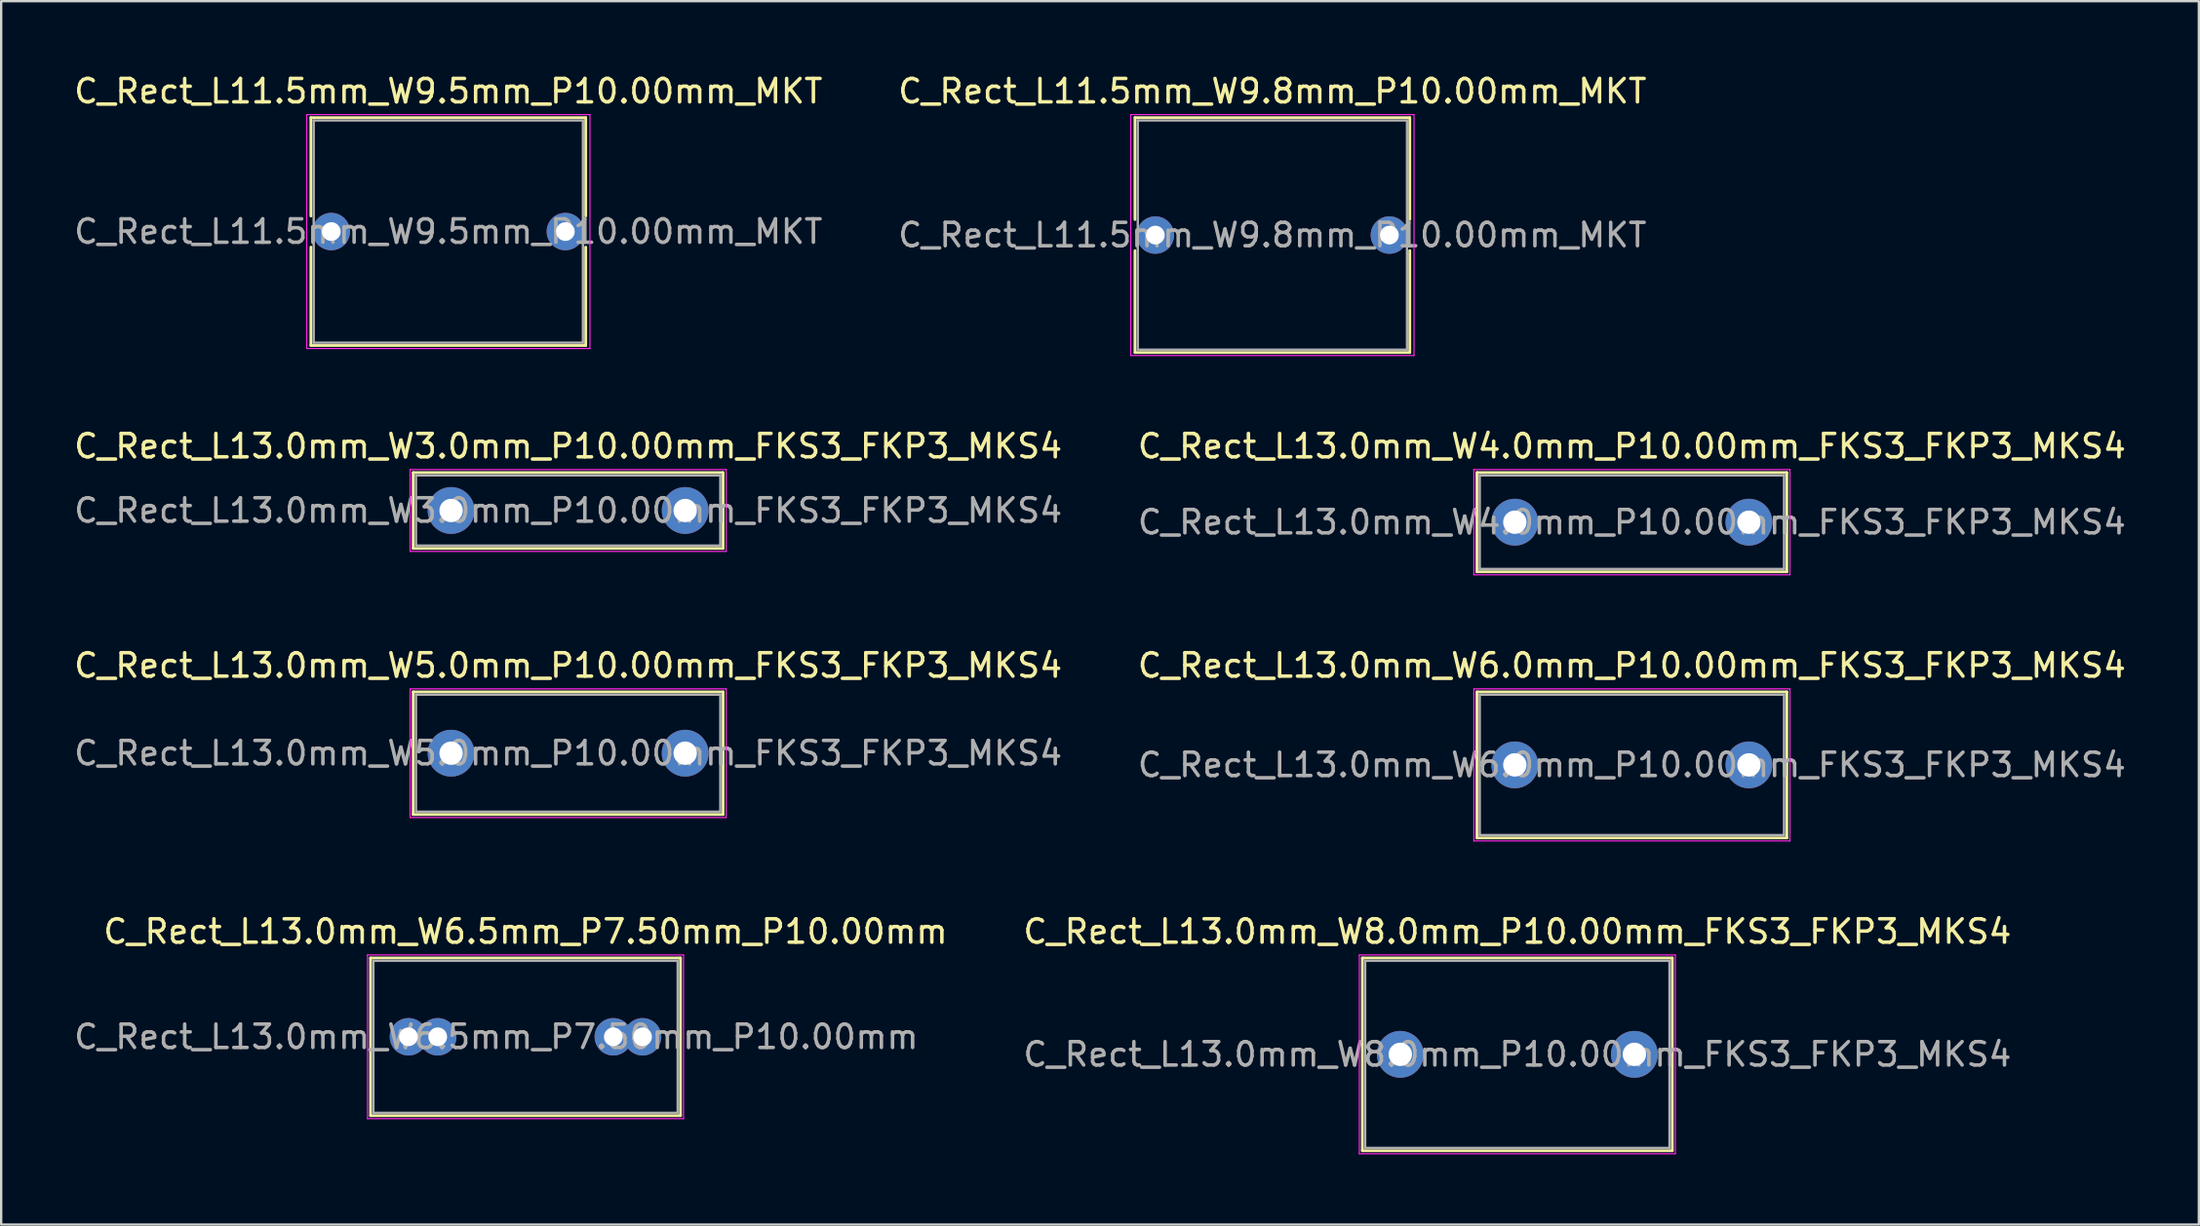
<source format=kicad_pcb>
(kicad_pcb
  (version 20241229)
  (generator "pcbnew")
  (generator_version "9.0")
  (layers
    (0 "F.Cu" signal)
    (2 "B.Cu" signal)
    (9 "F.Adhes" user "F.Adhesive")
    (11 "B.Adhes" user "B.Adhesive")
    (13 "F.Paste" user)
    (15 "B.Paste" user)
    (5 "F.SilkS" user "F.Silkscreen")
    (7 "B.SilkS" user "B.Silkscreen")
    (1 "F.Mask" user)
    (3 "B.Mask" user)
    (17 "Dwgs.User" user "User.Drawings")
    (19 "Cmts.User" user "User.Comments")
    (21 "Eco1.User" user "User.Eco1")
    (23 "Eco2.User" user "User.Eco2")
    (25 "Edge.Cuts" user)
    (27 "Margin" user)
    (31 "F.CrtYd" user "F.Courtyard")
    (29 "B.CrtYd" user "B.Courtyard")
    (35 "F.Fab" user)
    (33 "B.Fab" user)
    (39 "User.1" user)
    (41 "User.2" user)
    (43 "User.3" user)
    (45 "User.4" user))
  (footprint "C_Rect_L11.5mm_W9.8mm_P10.00mm_MKT"
    (layer "F.Cu")
    (at 46.304 6.998)
    (property "Reference" "C_Rect_L11.5mm_W9.8mm_P10.00mm_MKT" (at 5 -6.15 0) (layer "F.SilkS") (effects (font (size 1 1) (thickness 0.15))))
    (attr through_hole)
    (fp_line (start -0.87 -5.02) (end -0.87 -0.665) (stroke (width 0.12) (type solid)) (layer "F.SilkS"))
    (fp_line (start -0.87 -5.02) (end 10.87 -5.02) (stroke (width 0.12) (type solid)) (layer "F.SilkS"))
    (fp_line (start -0.87 0.665) (end -0.87 5.02) (stroke (width 0.12) (type solid)) (layer "F.SilkS"))
    (fp_line (start -0.87 5.02) (end 10.87 5.02) (stroke (width 0.12) (type solid)) (layer "F.SilkS"))
    (fp_line (start 10.87 -5.02) (end 10.87 -0.665) (stroke (width 0.12) (type solid)) (layer "F.SilkS"))
    (fp_line (start 10.87 0.665) (end 10.87 5.02) (stroke (width 0.12) (type solid)) (layer "F.SilkS"))
    (fp_line (start -1.05 -5.15) (end -1.05 5.15) (stroke (width 0.05) (type solid)) (layer "F.CrtYd"))
    (fp_line (start -1.05 5.15) (end 11.05 5.15) (stroke (width 0.05) (type solid)) (layer "F.CrtYd"))
    (fp_line (start 11.05 -5.15) (end -1.05 -5.15) (stroke (width 0.05) (type solid)) (layer "F.CrtYd"))
    (fp_line (start 11.05 5.15) (end 11.05 -5.15) (stroke (width 0.05) (type solid)) (layer "F.CrtYd"))
    (fp_line (start -0.75 -4.9) (end -0.75 4.9) (stroke (width 0.1) (type solid)) (layer "F.Fab"))
    (fp_line (start -0.75 4.9) (end 10.75 4.9) (stroke (width 0.1) (type solid)) (layer "F.Fab"))
    (fp_line (start 10.75 -4.9) (end -0.75 -4.9) (stroke (width 0.1) (type solid)) (layer "F.Fab"))
    (fp_line (start 10.75 4.9) (end 10.75 -4.9) (stroke (width 0.1) (type solid)) (layer "F.Fab"))
    (fp_text user "${REFERENCE}" (at 5 0 0) (layer "F.Fab") (effects (font (size 1 1) (thickness 0.15))))
    (pad "1" thru_hole circle (at 0 0) (size 1.6 1.6) (drill 0.8) (layers "*.Cu" "*.Mask"))
    (pad "2" thru_hole circle (at 10 0) (size 1.6 1.6) (drill 0.8) (layers "*.Cu" "*.Mask")))
  (footprint "C_Rect_L13.0mm_W6.5mm_P7.50mm_P10.00mm"
    (layer "F.Cu")
    (at 14.399 41.268)
    (property "Reference" "C_Rect_L13.0mm_W6.5mm_P7.50mm_P10.00mm" (at 5 -4.5 0) (layer "F.SilkS") (effects (font (size 1 1) (thickness 0.15))))
    (attr through_hole)
    (fp_line (start -1.62 -3.37) (end -1.62 3.37) (stroke (width 0.12) (type solid)) (layer "F.SilkS"))
    (fp_line (start -1.62 -3.37) (end 11.62 -3.37) (stroke (width 0.12) (type solid)) (layer "F.SilkS"))
    (fp_line (start -1.62 3.37) (end 11.62 3.37) (stroke (width 0.12) (type solid)) (layer "F.SilkS"))
    (fp_line (start 11.62 -3.37) (end 11.62 3.37) (stroke (width 0.12) (type solid)) (layer "F.SilkS"))
    (fp_line (start -1.75 -3.5) (end -1.75 3.5) (stroke (width 0.05) (type solid)) (layer "F.CrtYd"))
    (fp_line (start -1.75 3.5) (end 11.75 3.5) (stroke (width 0.05) (type solid)) (layer "F.CrtYd"))
    (fp_line (start 11.75 -3.5) (end -1.75 -3.5) (stroke (width 0.05) (type solid)) (layer "F.CrtYd"))
    (fp_line (start 11.75 3.5) (end 11.75 -3.5) (stroke (width 0.05) (type solid)) (layer "F.CrtYd"))
    (fp_line (start -1.5 -3.25) (end -1.5 3.25) (stroke (width 0.1) (type solid)) (layer "F.Fab"))
    (fp_line (start -1.5 3.25) (end 11.5 3.25) (stroke (width 0.1) (type solid)) (layer "F.Fab"))
    (fp_line (start 11.5 -3.25) (end -1.5 -3.25) (stroke (width 0.1) (type solid)) (layer "F.Fab"))
    (fp_line (start 11.5 3.25) (end 11.5 -3.25) (stroke (width 0.1) (type solid)) (layer "F.Fab"))
    (fp_text user "${REFERENCE}" (at 3.75 0 0) (layer "F.Fab") (effects (font (size 1 1) (thickness 0.15))))
    (pad "1" thru_hole circle (at 0 0) (size 1.6 1.6) (drill 0.8) (layers "*.Cu" "*.Mask"))
    (pad "1" thru_hole circle (at 1.25 0) (size 1.6 1.6) (drill 0.8) (layers "*.Cu" "*.Mask"))
    (pad "2" thru_hole circle (at 8.75 0) (size 1.6 1.6) (drill 0.8) (layers "*.Cu" "*.Mask"))
    (pad "2" thru_hole circle (at 10 0) (size 1.6 1.6) (drill 0.8) (layers "*.Cu" "*.Mask")))
  (footprint "C_Rect_L11.5mm_W9.5mm_P10.00mm_MKT"
    (layer "F.Cu")
    (at 11.101 6.848)
    (property "Reference" "C_Rect_L11.5mm_W9.5mm_P10.00mm_MKT" (at 5 -6 0) (layer "F.SilkS") (effects (font (size 1 1) (thickness 0.15))))
    (attr through_hole)
    (fp_line (start -0.87 -4.87) (end -0.87 -0.665) (stroke (width 0.12) (type solid)) (layer "F.SilkS"))
    (fp_line (start -0.87 -4.87) (end 10.87 -4.87) (stroke (width 0.12) (type solid)) (layer "F.SilkS"))
    (fp_line (start -0.87 0.665) (end -0.87 4.87) (stroke (width 0.12) (type solid)) (layer "F.SilkS"))
    (fp_line (start -0.87 4.87) (end 10.87 4.87) (stroke (width 0.12) (type solid)) (layer "F.SilkS"))
    (fp_line (start 10.87 -4.87) (end 10.87 -0.665) (stroke (width 0.12) (type solid)) (layer "F.SilkS"))
    (fp_line (start 10.87 0.665) (end 10.87 4.87) (stroke (width 0.12) (type solid)) (layer "F.SilkS"))
    (fp_line (start -1.05 -5) (end -1.05 5) (stroke (width 0.05) (type solid)) (layer "F.CrtYd"))
    (fp_line (start -1.05 5) (end 11.05 5) (stroke (width 0.05) (type solid)) (layer "F.CrtYd"))
    (fp_line (start 11.05 -5) (end -1.05 -5) (stroke (width 0.05) (type solid)) (layer "F.CrtYd"))
    (fp_line (start 11.05 5) (end 11.05 -5) (stroke (width 0.05) (type solid)) (layer "F.CrtYd"))
    (fp_line (start -0.75 -4.75) (end -0.75 4.75) (stroke (width 0.1) (type solid)) (layer "F.Fab"))
    (fp_line (start -0.75 4.75) (end 10.75 4.75) (stroke (width 0.1) (type solid)) (layer "F.Fab"))
    (fp_line (start 10.75 -4.75) (end -0.75 -4.75) (stroke (width 0.1) (type solid)) (layer "F.Fab"))
    (fp_line (start 10.75 4.75) (end 10.75 -4.75) (stroke (width 0.1) (type solid)) (layer "F.Fab"))
    (fp_text user "${REFERENCE}" (at 5 0 0) (layer "F.Fab") (effects (font (size 1 1) (thickness 0.15))))
    (pad "1" thru_hole circle (at 0 0) (size 1.6 1.6) (drill 0.8) (layers "*.Cu" "*.Mask"))
    (pad "2" thru_hole circle (at 10 0) (size 1.6 1.6) (drill 0.8) (layers "*.Cu" "*.Mask")))
  (footprint "C_Rect_L13.0mm_W8.0mm_P10.00mm_FKS3_FKP3_MKS4"
    (layer "F.Cu")
    (at 56.768 42.018)
    (property "Reference" "C_Rect_L13.0mm_W8.0mm_P10.00mm_FKS3_FKP3_MKS4" (at 5 -5.25 0) (layer "F.SilkS") (effects (font (size 1 1) (thickness 0.15))))
    (attr through_hole)
    (fp_line (start -1.62 -4.12) (end -1.62 4.12) (stroke (width 0.12) (type solid)) (layer "F.SilkS"))
    (fp_line (start -1.62 -4.12) (end 11.62 -4.12) (stroke (width 0.12) (type solid)) (layer "F.SilkS"))
    (fp_line (start -1.62 4.12) (end 11.62 4.12) (stroke (width 0.12) (type solid)) (layer "F.SilkS"))
    (fp_line (start 11.62 -4.12) (end 11.62 4.12) (stroke (width 0.12) (type solid)) (layer "F.SilkS"))
    (fp_line (start -1.75 -4.25) (end -1.75 4.25) (stroke (width 0.05) (type solid)) (layer "F.CrtYd"))
    (fp_line (start -1.75 4.25) (end 11.75 4.25) (stroke (width 0.05) (type solid)) (layer "F.CrtYd"))
    (fp_line (start 11.75 -4.25) (end -1.75 -4.25) (stroke (width 0.05) (type solid)) (layer "F.CrtYd"))
    (fp_line (start 11.75 4.25) (end 11.75 -4.25) (stroke (width 0.05) (type solid)) (layer "F.CrtYd"))
    (fp_line (start -1.5 -4) (end -1.5 4) (stroke (width 0.1) (type solid)) (layer "F.Fab"))
    (fp_line (start -1.5 4) (end 11.5 4) (stroke (width 0.1) (type solid)) (layer "F.Fab"))
    (fp_line (start 11.5 -4) (end -1.5 -4) (stroke (width 0.1) (type solid)) (layer "F.Fab"))
    (fp_line (start 11.5 4) (end 11.5 -4) (stroke (width 0.1) (type solid)) (layer "F.Fab"))
    (fp_text user "${REFERENCE}" (at 5 0 0) (layer "F.Fab") (effects (font (size 1 1) (thickness 0.15))))
    (pad "1" thru_hole circle (at 0 0) (size 2 2) (drill 1) (layers "*.Cu" "*.Mask"))
    (pad "2" thru_hole circle (at 10 0) (size 2 2) (drill 1) (layers "*.Cu" "*.Mask")))
  (footprint "C_Rect_L13.0mm_W5.0mm_P10.00mm_FKS3_FKP3_MKS4"
    (layer "F.Cu")
    (at 16.22 29.145)
    (property "Reference" "C_Rect_L13.0mm_W5.0mm_P10.00mm_FKS3_FKP3_MKS4" (at 5 -3.75 0) (layer "F.SilkS") (effects (font (size 1 1) (thickness 0.15))))
    (attr through_hole)
    (fp_line (start -1.62 -2.62) (end -1.62 2.62) (stroke (width 0.12) (type solid)) (layer "F.SilkS"))
    (fp_line (start -1.62 -2.62) (end 11.62 -2.62) (stroke (width 0.12) (type solid)) (layer "F.SilkS"))
    (fp_line (start -1.62 2.62) (end 11.62 2.62) (stroke (width 0.12) (type solid)) (layer "F.SilkS"))
    (fp_line (start 11.62 -2.62) (end 11.62 2.62) (stroke (width 0.12) (type solid)) (layer "F.SilkS"))
    (fp_line (start -1.75 -2.75) (end -1.75 2.75) (stroke (width 0.05) (type solid)) (layer "F.CrtYd"))
    (fp_line (start -1.75 2.75) (end 11.75 2.75) (stroke (width 0.05) (type solid)) (layer "F.CrtYd"))
    (fp_line (start 11.75 -2.75) (end -1.75 -2.75) (stroke (width 0.05) (type solid)) (layer "F.CrtYd"))
    (fp_line (start 11.75 2.75) (end 11.75 -2.75) (stroke (width 0.05) (type solid)) (layer "F.CrtYd"))
    (fp_line (start -1.5 -2.5) (end -1.5 2.5) (stroke (width 0.1) (type solid)) (layer "F.Fab"))
    (fp_line (start -1.5 2.5) (end 11.5 2.5) (stroke (width 0.1) (type solid)) (layer "F.Fab"))
    (fp_line (start 11.5 -2.5) (end -1.5 -2.5) (stroke (width 0.1) (type solid)) (layer "F.Fab"))
    (fp_line (start 11.5 2.5) (end 11.5 -2.5) (stroke (width 0.1) (type solid)) (layer "F.Fab"))
    (fp_text user "${REFERENCE}" (at 5 0 0) (layer "F.Fab") (effects (font (size 1 1) (thickness 0.15))))
    (pad "1" thru_hole circle (at 0 0) (size 2 2) (drill 1) (layers "*.Cu" "*.Mask"))
    (pad "2" thru_hole circle (at 10 0) (size 2 2) (drill 1) (layers "*.Cu" "*.Mask")))
  (footprint "C_Rect_L13.0mm_W6.0mm_P10.00mm_FKS3_FKP3_MKS4"
    (layer "F.Cu")
    (at 61.661 29.645)
    (property "Reference" "C_Rect_L13.0mm_W6.0mm_P10.00mm_FKS3_FKP3_MKS4" (at 5 -4.25 0) (layer "F.SilkS") (effects (font (size 1 1) (thickness 0.15))))
    (attr through_hole)
    (fp_line (start -1.62 -3.12) (end -1.62 3.12) (stroke (width 0.12) (type solid)) (layer "F.SilkS"))
    (fp_line (start -1.62 -3.12) (end 11.62 -3.12) (stroke (width 0.12) (type solid)) (layer "F.SilkS"))
    (fp_line (start -1.62 3.12) (end 11.62 3.12) (stroke (width 0.12) (type solid)) (layer "F.SilkS"))
    (fp_line (start 11.62 -3.12) (end 11.62 3.12) (stroke (width 0.12) (type solid)) (layer "F.SilkS"))
    (fp_line (start -1.75 -3.25) (end -1.75 3.25) (stroke (width 0.05) (type solid)) (layer "F.CrtYd"))
    (fp_line (start -1.75 3.25) (end 11.75 3.25) (stroke (width 0.05) (type solid)) (layer "F.CrtYd"))
    (fp_line (start 11.75 -3.25) (end -1.75 -3.25) (stroke (width 0.05) (type solid)) (layer "F.CrtYd"))
    (fp_line (start 11.75 3.25) (end 11.75 -3.25) (stroke (width 0.05) (type solid)) (layer "F.CrtYd"))
    (fp_line (start -1.5 -3) (end -1.5 3) (stroke (width 0.1) (type solid)) (layer "F.Fab"))
    (fp_line (start -1.5 3) (end 11.5 3) (stroke (width 0.1) (type solid)) (layer "F.Fab"))
    (fp_line (start 11.5 -3) (end -1.5 -3) (stroke (width 0.1) (type solid)) (layer "F.Fab"))
    (fp_line (start 11.5 3) (end 11.5 -3) (stroke (width 0.1) (type solid)) (layer "F.Fab"))
    (fp_text user "${REFERENCE}" (at 5 0 0) (layer "F.Fab") (effects (font (size 1 1) (thickness 0.15))))
    (pad "1" thru_hole circle (at 0 0) (size 2 2) (drill 1) (layers "*.Cu" "*.Mask"))
    (pad "2" thru_hole circle (at 10 0) (size 2 2) (drill 1) (layers "*.Cu" "*.Mask")))
  (footprint "C_Rect_L13.0mm_W3.0mm_P10.00mm_FKS3_FKP3_MKS4"
    (layer "F.Cu")
    (at 16.22 18.771)
    (property "Reference" "C_Rect_L13.0mm_W3.0mm_P10.00mm_FKS3_FKP3_MKS4" (at 5 -2.75 0) (layer "F.SilkS") (effects (font (size 1 1) (thickness 0.15))))
    (attr through_hole)
    (fp_line (start -1.62 -1.62) (end -1.62 1.62) (stroke (width 0.12) (type solid)) (layer "F.SilkS"))
    (fp_line (start -1.62 -1.62) (end 11.62 -1.62) (stroke (width 0.12) (type solid)) (layer "F.SilkS"))
    (fp_line (start -1.62 1.62) (end 11.62 1.62) (stroke (width 0.12) (type solid)) (layer "F.SilkS"))
    (fp_line (start 11.62 -1.62) (end 11.62 1.62) (stroke (width 0.12) (type solid)) (layer "F.SilkS"))
    (fp_line (start -1.75 -1.75) (end -1.75 1.75) (stroke (width 0.05) (type solid)) (layer "F.CrtYd"))
    (fp_line (start -1.75 1.75) (end 11.75 1.75) (stroke (width 0.05) (type solid)) (layer "F.CrtYd"))
    (fp_line (start 11.75 -1.75) (end -1.75 -1.75) (stroke (width 0.05) (type solid)) (layer "F.CrtYd"))
    (fp_line (start 11.75 1.75) (end 11.75 -1.75) (stroke (width 0.05) (type solid)) (layer "F.CrtYd"))
    (fp_line (start -1.5 -1.5) (end -1.5 1.5) (stroke (width 0.1) (type solid)) (layer "F.Fab"))
    (fp_line (start -1.5 1.5) (end 11.5 1.5) (stroke (width 0.1) (type solid)) (layer "F.Fab"))
    (fp_line (start 11.5 -1.5) (end -1.5 -1.5) (stroke (width 0.1) (type solid)) (layer "F.Fab"))
    (fp_line (start 11.5 1.5) (end 11.5 -1.5) (stroke (width 0.1) (type solid)) (layer "F.Fab"))
    (fp_text user "${REFERENCE}" (at 5 0 0) (layer "F.Fab") (effects (font (size 1 1) (thickness 0.15))))
    (pad "1" thru_hole circle (at 0 0) (size 2 2) (drill 1) (layers "*.Cu" "*.Mask"))
    (pad "2" thru_hole circle (at 10 0) (size 2 2) (drill 1) (layers "*.Cu" "*.Mask")))
  (footprint "C_Rect_L13.0mm_W4.0mm_P10.00mm_FKS3_FKP3_MKS4"
    (layer "F.Cu")
    (at 61.661 19.271)
    (property "Reference" "C_Rect_L13.0mm_W4.0mm_P10.00mm_FKS3_FKP3_MKS4" (at 5 -3.25 0) (layer "F.SilkS") (effects (font (size 1 1) (thickness 0.15))))
    (attr through_hole)
    (fp_line (start -1.62 -2.12) (end -1.62 2.12) (stroke (width 0.12) (type solid)) (layer "F.SilkS"))
    (fp_line (start -1.62 -2.12) (end 11.62 -2.12) (stroke (width 0.12) (type solid)) (layer "F.SilkS"))
    (fp_line (start -1.62 2.12) (end 11.62 2.12) (stroke (width 0.12) (type solid)) (layer "F.SilkS"))
    (fp_line (start 11.62 -2.12) (end 11.62 2.12) (stroke (width 0.12) (type solid)) (layer "F.SilkS"))
    (fp_line (start -1.75 -2.25) (end -1.75 2.25) (stroke (width 0.05) (type solid)) (layer "F.CrtYd"))
    (fp_line (start -1.75 2.25) (end 11.75 2.25) (stroke (width 0.05) (type solid)) (layer "F.CrtYd"))
    (fp_line (start 11.75 -2.25) (end -1.75 -2.25) (stroke (width 0.05) (type solid)) (layer "F.CrtYd"))
    (fp_line (start 11.75 2.25) (end 11.75 -2.25) (stroke (width 0.05) (type solid)) (layer "F.CrtYd"))
    (fp_line (start -1.5 -2) (end -1.5 2) (stroke (width 0.1) (type solid)) (layer "F.Fab"))
    (fp_line (start -1.5 2) (end 11.5 2) (stroke (width 0.1) (type solid)) (layer "F.Fab"))
    (fp_line (start 11.5 -2) (end -1.5 -2) (stroke (width 0.1) (type solid)) (layer "F.Fab"))
    (fp_line (start 11.5 2) (end 11.5 -2) (stroke (width 0.1) (type solid)) (layer "F.Fab"))
    (fp_text user "${REFERENCE}" (at 5 0 0) (layer "F.Fab") (effects (font (size 1 1) (thickness 0.15))))
    (pad "1" thru_hole circle (at 0 0) (size 2 2) (drill 1) (layers "*.Cu" "*.Mask"))
    (pad "2" thru_hole circle (at 10 0) (size 2 2) (drill 1) (layers "*.Cu" "*.Mask")))
  (gr_rect
    (start -3 -3)
    (end 90.881 49.293)
    (stroke (width 0.1) (type default))
    (fill no)
    (layer "Edge.Cuts")))
</source>
